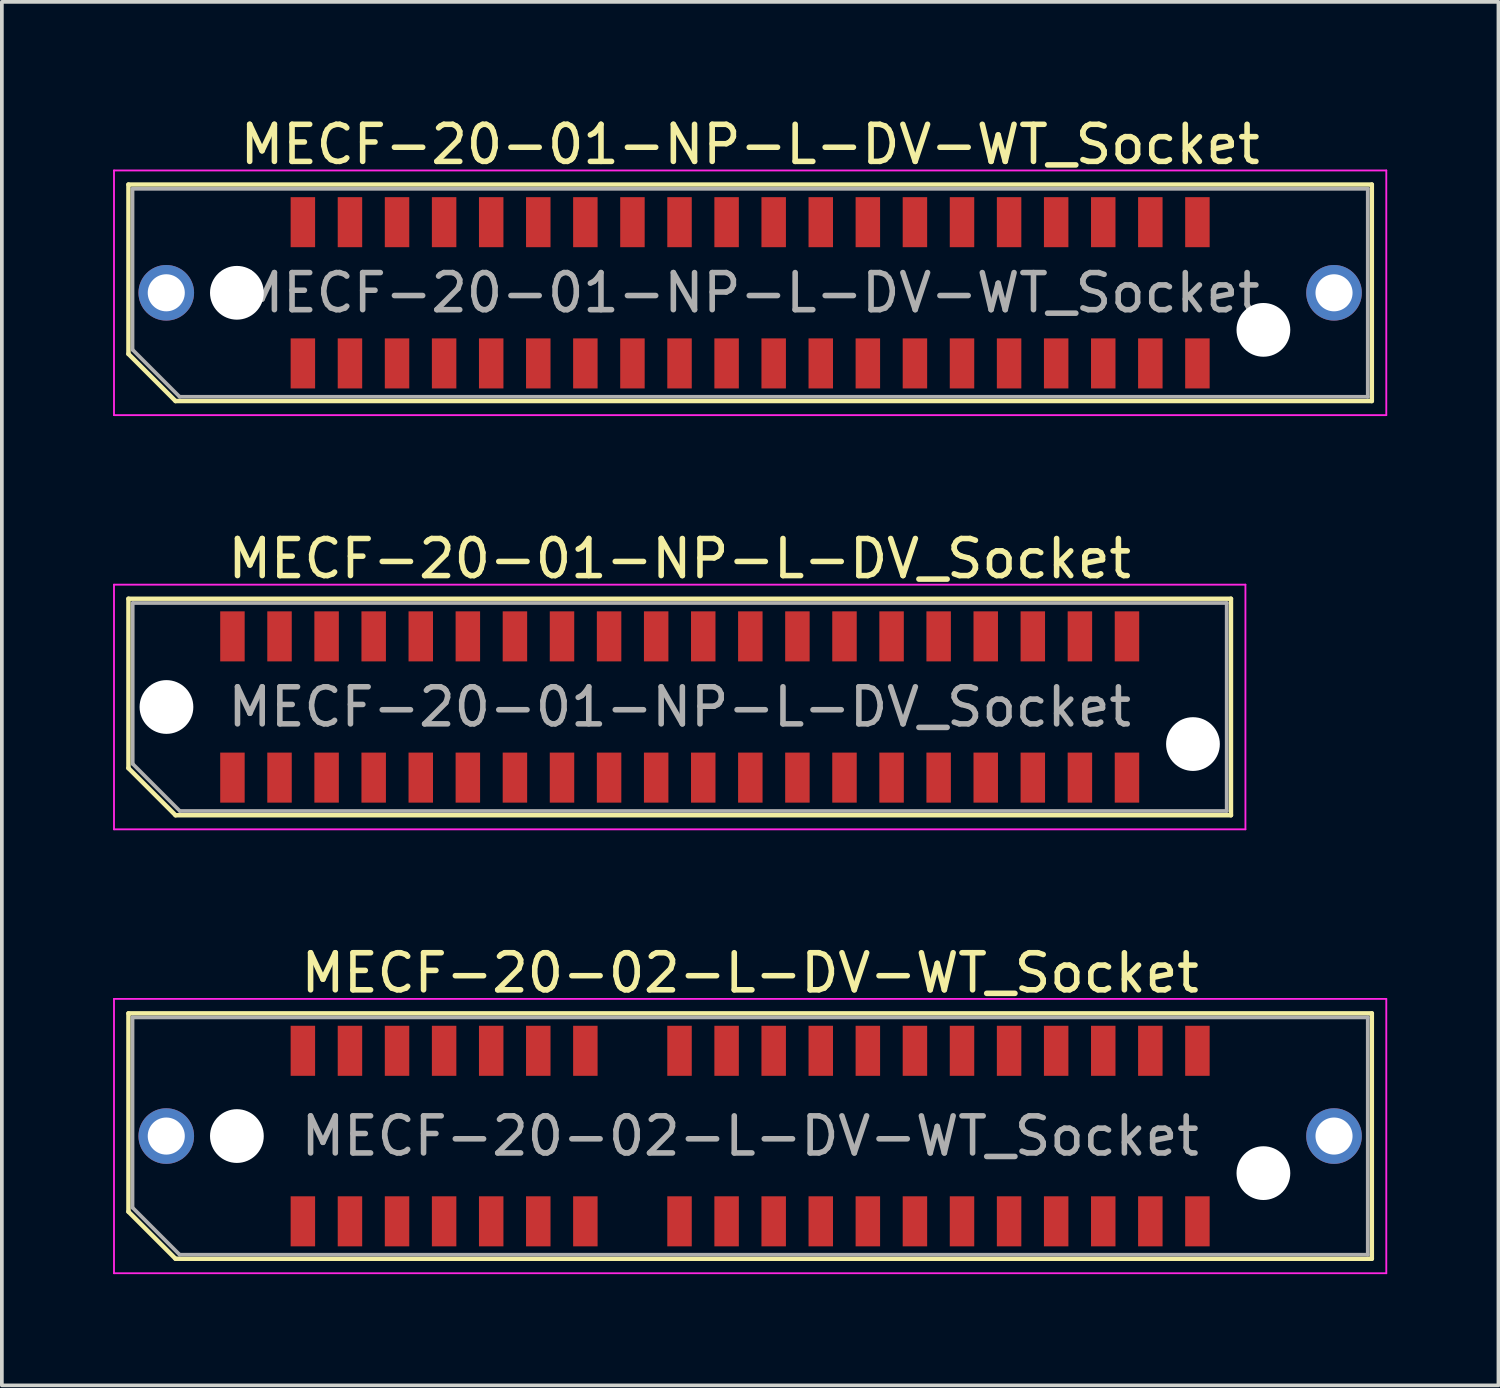
<source format=kicad_pcb>
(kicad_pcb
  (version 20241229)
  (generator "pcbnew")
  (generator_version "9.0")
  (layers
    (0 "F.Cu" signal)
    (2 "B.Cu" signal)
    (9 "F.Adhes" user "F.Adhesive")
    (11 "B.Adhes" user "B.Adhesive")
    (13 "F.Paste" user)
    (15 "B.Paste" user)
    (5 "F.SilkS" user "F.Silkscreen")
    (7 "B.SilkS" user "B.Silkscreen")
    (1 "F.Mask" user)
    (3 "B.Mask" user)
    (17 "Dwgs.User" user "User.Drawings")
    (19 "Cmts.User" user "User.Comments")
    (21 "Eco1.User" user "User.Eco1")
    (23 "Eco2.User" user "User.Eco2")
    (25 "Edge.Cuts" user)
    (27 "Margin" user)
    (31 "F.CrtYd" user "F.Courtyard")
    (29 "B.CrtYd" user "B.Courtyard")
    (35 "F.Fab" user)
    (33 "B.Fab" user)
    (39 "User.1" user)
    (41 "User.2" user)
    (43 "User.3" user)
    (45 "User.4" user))
  (footprint "MECF-20-01-NP-L-DV_Socket"
    (layer "F.Cu")
    (at 15.285 16.021)
    (property "Reference" "MECF-20-01-NP-L-DV_Socket" (at 0 -4 0) (layer "F.SilkS") (effects (font (size 1 1) (thickness 0.15))))
    (attr smd)
    (fp_line (start -14.87 -2.92) (end 14.87 -2.92) (stroke (width 0.12) (type solid)) (layer "F.SilkS"))
    (fp_line (start -14.87 1.65) (end -14.87 -2.92) (stroke (width 0.12) (type solid)) (layer "F.SilkS"))
    (fp_line (start -13.6 2.92) (end -14.87 1.65) (stroke (width 0.12) (type solid)) (layer "F.SilkS"))
    (fp_line (start -13.6 2.92) (end 14.87 2.92) (stroke (width 0.12) (type solid)) (layer "F.SilkS"))
    (fp_line (start 14.87 2.92) (end 14.87 -2.92) (stroke (width 0.12) (type solid)) (layer "F.SilkS"))
    (fp_line (start -15.26 -3.3) (end -15.26 3.3) (stroke (width 0.05) (type solid)) (layer "F.CrtYd"))
    (fp_line (start -15.26 3.3) (end 15.26 3.3) (stroke (width 0.05) (type solid)) (layer "F.CrtYd"))
    (fp_line (start 15.26 -3.3) (end -15.26 -3.3) (stroke (width 0.05) (type solid)) (layer "F.CrtYd"))
    (fp_line (start 15.26 3.3) (end 15.26 -3.3) (stroke (width 0.05) (type solid)) (layer "F.CrtYd"))
    (fp_line (start -14.755 -2.805) (end 14.755 -2.805) (stroke (width 0.1) (type solid)) (layer "F.Fab"))
    (fp_line (start -14.755 1.535) (end -14.755 -2.805) (stroke (width 0.1) (type solid)) (layer "F.Fab"))
    (fp_line (start -14.755 1.535) (end -13.485 2.805) (stroke (width 0.1) (type solid)) (layer "F.Fab"))
    (fp_line (start -13.485 2.805) (end 14.755 2.805) (stroke (width 0.1) (type solid)) (layer "F.Fab"))
    (fp_line (start 14.755 2.805) (end 14.755 -2.805) (stroke (width 0.1) (type solid)) (layer "F.Fab"))
    (fp_text user "${REFERENCE}" (at 0 0 0) (layer "F.Fab") (effects (font (size 1 1) (thickness 0.15))))
    (pad "" np_thru_hole circle (at -13.845 0) (size 1.45 1.45) (drill 1.45) (layers "*.Cu" "*.Mask"))
    (pad "" np_thru_hole circle (at 13.845 1) (size 1.45 1.45) (drill 1.45) (layers "*.Cu" "*.Mask"))
    (pad "1" smd rect (at -12.065 1.905) (size 0.66 1.35) (layers "F.Cu" "F.Mask" "F.Paste"))
    (pad "2" smd rect (at -12.065 -1.905) (size 0.66 1.35) (layers "F.Cu" "F.Mask" "F.Paste"))
    (pad "3" smd rect (at -10.795 1.905) (size 0.66 1.35) (layers "F.Cu" "F.Mask" "F.Paste"))
    (pad "4" smd rect (at -10.795 -1.905) (size 0.66 1.35) (layers "F.Cu" "F.Mask" "F.Paste"))
    (pad "5" smd rect (at -9.525 1.905) (size 0.66 1.35) (layers "F.Cu" "F.Mask" "F.Paste"))
    (pad "6" smd rect (at -9.525 -1.905) (size 0.66 1.35) (layers "F.Cu" "F.Mask" "F.Paste"))
    (pad "7" smd rect (at -8.255 1.905) (size 0.66 1.35) (layers "F.Cu" "F.Mask" "F.Paste"))
    (pad "8" smd rect (at -8.255 -1.905) (size 0.66 1.35) (layers "F.Cu" "F.Mask" "F.Paste"))
    (pad "9" smd rect (at -6.985 1.905) (size 0.66 1.35) (layers "F.Cu" "F.Mask" "F.Paste"))
    (pad "10" smd rect (at -6.985 -1.905) (size 0.66 1.35) (layers "F.Cu" "F.Mask" "F.Paste"))
    (pad "11" smd rect (at -5.715 1.905) (size 0.66 1.35) (layers "F.Cu" "F.Mask" "F.Paste"))
    (pad "12" smd rect (at -5.715 -1.905) (size 0.66 1.35) (layers "F.Cu" "F.Mask" "F.Paste"))
    (pad "13" smd rect (at -4.445 1.905) (size 0.66 1.35) (layers "F.Cu" "F.Mask" "F.Paste"))
    (pad "14" smd rect (at -4.445 -1.905) (size 0.66 1.35) (layers "F.Cu" "F.Mask" "F.Paste"))
    (pad "15" smd rect (at -3.175 1.905) (size 0.66 1.35) (layers "F.Cu" "F.Mask" "F.Paste"))
    (pad "16" smd rect (at -3.175 -1.905) (size 0.66 1.35) (layers "F.Cu" "F.Mask" "F.Paste"))
    (pad "17" smd rect (at -1.905 1.905) (size 0.66 1.35) (layers "F.Cu" "F.Mask" "F.Paste"))
    (pad "18" smd rect (at -1.905 -1.905) (size 0.66 1.35) (layers "F.Cu" "F.Mask" "F.Paste"))
    (pad "19" smd rect (at -0.635 1.905) (size 0.66 1.35) (layers "F.Cu" "F.Mask" "F.Paste"))
    (pad "20" smd rect (at -0.635 -1.905) (size 0.66 1.35) (layers "F.Cu" "F.Mask" "F.Paste"))
    (pad "21" smd rect (at 0.635 1.905) (size 0.66 1.35) (layers "F.Cu" "F.Mask" "F.Paste"))
    (pad "22" smd rect (at 0.635 -1.905) (size 0.66 1.35) (layers "F.Cu" "F.Mask" "F.Paste"))
    (pad "23" smd rect (at 1.905 1.905) (size 0.66 1.35) (layers "F.Cu" "F.Mask" "F.Paste"))
    (pad "24" smd rect (at 1.905 -1.905) (size 0.66 1.35) (layers "F.Cu" "F.Mask" "F.Paste"))
    (pad "25" smd rect (at 3.175 1.905) (size 0.66 1.35) (layers "F.Cu" "F.Mask" "F.Paste"))
    (pad "26" smd rect (at 3.175 -1.905) (size 0.66 1.35) (layers "F.Cu" "F.Mask" "F.Paste"))
    (pad "27" smd rect (at 4.445 1.905) (size 0.66 1.35) (layers "F.Cu" "F.Mask" "F.Paste"))
    (pad "28" smd rect (at 4.445 -1.905) (size 0.66 1.35) (layers "F.Cu" "F.Mask" "F.Paste"))
    (pad "29" smd rect (at 5.715 1.905) (size 0.66 1.35) (layers "F.Cu" "F.Mask" "F.Paste"))
    (pad "30" smd rect (at 5.715 -1.905) (size 0.66 1.35) (layers "F.Cu" "F.Mask" "F.Paste"))
    (pad "31" smd rect (at 6.985 1.905) (size 0.66 1.35) (layers "F.Cu" "F.Mask" "F.Paste"))
    (pad "32" smd rect (at 6.985 -1.905) (size 0.66 1.35) (layers "F.Cu" "F.Mask" "F.Paste"))
    (pad "33" smd rect (at 8.255 1.905) (size 0.66 1.35) (layers "F.Cu" "F.Mask" "F.Paste"))
    (pad "34" smd rect (at 8.255 -1.905) (size 0.66 1.35) (layers "F.Cu" "F.Mask" "F.Paste"))
    (pad "35" smd rect (at 9.525 1.905) (size 0.66 1.35) (layers "F.Cu" "F.Mask" "F.Paste"))
    (pad "36" smd rect (at 9.525 -1.905) (size 0.66 1.35) (layers "F.Cu" "F.Mask" "F.Paste"))
    (pad "37" smd rect (at 10.795 1.905) (size 0.66 1.35) (layers "F.Cu" "F.Mask" "F.Paste"))
    (pad "38" smd rect (at 10.795 -1.905) (size 0.66 1.35) (layers "F.Cu" "F.Mask" "F.Paste"))
    (pad "39" smd rect (at 12.065 1.905) (size 0.66 1.35) (layers "F.Cu" "F.Mask" "F.Paste"))
    (pad "40" smd rect (at 12.065 -1.905) (size 0.66 1.35) (layers "F.Cu" "F.Mask" "F.Paste")))
  (footprint "MECF-20-02-L-DV-WT_Socket"
    (layer "F.Cu")
    (at 17.185 27.595)
    (property "Reference" "MECF-20-02-L-DV-WT_Socket" (at 0 -4.4 0) (layer "F.SilkS") (effects (font (size 1 1) (thickness 0.15))))
    (attr smd)
    (fp_line (start -16.77 -3.31) (end 16.77 -3.31) (stroke (width 0.12) (type solid)) (layer "F.SilkS"))
    (fp_line (start -16.77 2.04) (end -16.77 -3.31) (stroke (width 0.12) (type solid)) (layer "F.SilkS"))
    (fp_line (start -15.5 3.31) (end -16.77 2.04) (stroke (width 0.12) (type solid)) (layer "F.SilkS"))
    (fp_line (start -15.5 3.31) (end 16.77 3.31) (stroke (width 0.12) (type solid)) (layer "F.SilkS"))
    (fp_line (start 16.77 3.31) (end 16.77 -3.31) (stroke (width 0.12) (type solid)) (layer "F.SilkS"))
    (fp_line (start -17.16 -3.7) (end -17.16 3.7) (stroke (width 0.05) (type solid)) (layer "F.CrtYd"))
    (fp_line (start -17.16 3.7) (end 17.16 3.7) (stroke (width 0.05) (type solid)) (layer "F.CrtYd"))
    (fp_line (start 17.16 -3.7) (end -17.16 -3.7) (stroke (width 0.05) (type solid)) (layer "F.CrtYd"))
    (fp_line (start 17.16 3.7) (end 17.16 -3.7) (stroke (width 0.05) (type solid)) (layer "F.CrtYd"))
    (fp_line (start -16.66 -3.2) (end 16.66 -3.2) (stroke (width 0.1) (type solid)) (layer "F.Fab"))
    (fp_line (start -16.66 1.93) (end -16.66 -3.2) (stroke (width 0.1) (type solid)) (layer "F.Fab"))
    (fp_line (start -16.66 1.93) (end -15.39 3.2) (stroke (width 0.1) (type solid)) (layer "F.Fab"))
    (fp_line (start -15.39 3.2) (end 16.66 3.2) (stroke (width 0.1) (type solid)) (layer "F.Fab"))
    (fp_line (start 16.66 3.2) (end 16.66 -3.2) (stroke (width 0.1) (type solid)) (layer "F.Fab"))
    (fp_text user "${REFERENCE}" (at 0 0 0) (layer "F.Fab") (effects (font (size 1 1) (thickness 0.15))))
    (pad "" thru_hole circle (at -15.75 0) (size 1.5 1.5) (drill 1) (layers "*.Cu" "*.Mask"))
    (pad "" np_thru_hole circle (at -13.845 0) (size 1.45 1.45) (drill 1.45) (layers "*.Cu" "*.Mask"))
    (pad "" np_thru_hole circle (at 13.845 1) (size 1.45 1.45) (drill 1.45) (layers "*.Cu" "*.Mask"))
    (pad "" thru_hole circle (at 15.75 0) (size 1.5 1.5) (drill 1) (layers "*.Cu" "*.Mask"))
    (pad "1" smd rect (at -12.065 2.3) (size 0.66 1.35) (layers "F.Cu" "F.Mask" "F.Paste"))
    (pad "2" smd rect (at -12.065 -2.3) (size 0.66 1.35) (layers "F.Cu" "F.Mask" "F.Paste"))
    (pad "3" smd rect (at -10.795 2.3) (size 0.66 1.35) (layers "F.Cu" "F.Mask" "F.Paste"))
    (pad "4" smd rect (at -10.795 -2.3) (size 0.66 1.35) (layers "F.Cu" "F.Mask" "F.Paste"))
    (pad "5" smd rect (at -9.525 2.3) (size 0.66 1.35) (layers "F.Cu" "F.Mask" "F.Paste"))
    (pad "6" smd rect (at -9.525 -2.3) (size 0.66 1.35) (layers "F.Cu" "F.Mask" "F.Paste"))
    (pad "7" smd rect (at -8.255 2.3) (size 0.66 1.35) (layers "F.Cu" "F.Mask" "F.Paste"))
    (pad "8" smd rect (at -8.255 -2.3) (size 0.66 1.35) (layers "F.Cu" "F.Mask" "F.Paste"))
    (pad "9" smd rect (at -6.985 2.3) (size 0.66 1.35) (layers "F.Cu" "F.Mask" "F.Paste"))
    (pad "10" smd rect (at -6.985 -2.3) (size 0.66 1.35) (layers "F.Cu" "F.Mask" "F.Paste"))
    (pad "11" smd rect (at -5.715 2.3) (size 0.66 1.35) (layers "F.Cu" "F.Mask" "F.Paste"))
    (pad "12" smd rect (at -5.715 -2.3) (size 0.66 1.35) (layers "F.Cu" "F.Mask" "F.Paste"))
    (pad "13" smd rect (at -4.445 2.3) (size 0.66 1.35) (layers "F.Cu" "F.Mask" "F.Paste"))
    (pad "14" smd rect (at -4.445 -2.3) (size 0.66 1.35) (layers "F.Cu" "F.Mask" "F.Paste"))
    (pad "17" smd rect (at -1.905 2.3) (size 0.66 1.35) (layers "F.Cu" "F.Mask" "F.Paste"))
    (pad "18" smd rect (at -1.905 -2.3) (size 0.66 1.35) (layers "F.Cu" "F.Mask" "F.Paste"))
    (pad "19" smd rect (at -0.635 2.3) (size 0.66 1.35) (layers "F.Cu" "F.Mask" "F.Paste"))
    (pad "20" smd rect (at -0.635 -2.3) (size 0.66 1.35) (layers "F.Cu" "F.Mask" "F.Paste"))
    (pad "21" smd rect (at 0.635 2.3) (size 0.66 1.35) (layers "F.Cu" "F.Mask" "F.Paste"))
    (pad "22" smd rect (at 0.635 -2.3) (size 0.66 1.35) (layers "F.Cu" "F.Mask" "F.Paste"))
    (pad "23" smd rect (at 1.905 2.3) (size 0.66 1.35) (layers "F.Cu" "F.Mask" "F.Paste"))
    (pad "24" smd rect (at 1.905 -2.3) (size 0.66 1.35) (layers "F.Cu" "F.Mask" "F.Paste"))
    (pad "25" smd rect (at 3.175 2.3) (size 0.66 1.35) (layers "F.Cu" "F.Mask" "F.Paste"))
    (pad "26" smd rect (at 3.175 -2.3) (size 0.66 1.35) (layers "F.Cu" "F.Mask" "F.Paste"))
    (pad "27" smd rect (at 4.445 2.3) (size 0.66 1.35) (layers "F.Cu" "F.Mask" "F.Paste"))
    (pad "28" smd rect (at 4.445 -2.3) (size 0.66 1.35) (layers "F.Cu" "F.Mask" "F.Paste"))
    (pad "29" smd rect (at 5.715 2.3) (size 0.66 1.35) (layers "F.Cu" "F.Mask" "F.Paste"))
    (pad "30" smd rect (at 5.715 -2.3) (size 0.66 1.35) (layers "F.Cu" "F.Mask" "F.Paste"))
    (pad "31" smd rect (at 6.985 2.3) (size 0.66 1.35) (layers "F.Cu" "F.Mask" "F.Paste"))
    (pad "32" smd rect (at 6.985 -2.3) (size 0.66 1.35) (layers "F.Cu" "F.Mask" "F.Paste"))
    (pad "33" smd rect (at 8.255 2.3) (size 0.66 1.35) (layers "F.Cu" "F.Mask" "F.Paste"))
    (pad "34" smd rect (at 8.255 -2.3) (size 0.66 1.35) (layers "F.Cu" "F.Mask" "F.Paste"))
    (pad "35" smd rect (at 9.525 2.3) (size 0.66 1.35) (layers "F.Cu" "F.Mask" "F.Paste"))
    (pad "36" smd rect (at 9.525 -2.3) (size 0.66 1.35) (layers "F.Cu" "F.Mask" "F.Paste"))
    (pad "37" smd rect (at 10.795 2.3) (size 0.66 1.35) (layers "F.Cu" "F.Mask" "F.Paste"))
    (pad "38" smd rect (at 10.795 -2.3) (size 0.66 1.35) (layers "F.Cu" "F.Mask" "F.Paste"))
    (pad "39" smd rect (at 12.065 2.3) (size 0.66 1.35) (layers "F.Cu" "F.Mask" "F.Paste"))
    (pad "40" smd rect (at 12.065 -2.3) (size 0.66 1.35) (layers "F.Cu" "F.Mask" "F.Paste")))
  (footprint "MECF-20-01-NP-L-DV-WT_Socket"
    (layer "F.Cu")
    (at 17.185 4.848)
    (property "Reference" "MECF-20-01-NP-L-DV-WT_Socket" (at 0 -4 0) (layer "F.SilkS") (effects (font (size 1 1) (thickness 0.15))))
    (attr smd)
    (fp_line (start -16.77 -2.92) (end 16.77 -2.92) (stroke (width 0.12) (type solid)) (layer "F.SilkS"))
    (fp_line (start -16.77 1.65) (end -16.77 -2.92) (stroke (width 0.12) (type solid)) (layer "F.SilkS"))
    (fp_line (start -15.5 2.92) (end -16.77 1.65) (stroke (width 0.12) (type solid)) (layer "F.SilkS"))
    (fp_line (start -15.5 2.92) (end 16.77 2.92) (stroke (width 0.12) (type solid)) (layer "F.SilkS"))
    (fp_line (start 16.77 2.92) (end 16.77 -2.92) (stroke (width 0.12) (type solid)) (layer "F.SilkS"))
    (fp_line (start -17.16 -3.3) (end -17.16 3.3) (stroke (width 0.05) (type solid)) (layer "F.CrtYd"))
    (fp_line (start -17.16 3.3) (end 17.16 3.3) (stroke (width 0.05) (type solid)) (layer "F.CrtYd"))
    (fp_line (start 17.16 -3.3) (end -17.16 -3.3) (stroke (width 0.05) (type solid)) (layer "F.CrtYd"))
    (fp_line (start 17.16 3.3) (end 17.16 -3.3) (stroke (width 0.05) (type solid)) (layer "F.CrtYd"))
    (fp_line (start -16.66 -2.805) (end 16.66 -2.805) (stroke (width 0.1) (type solid)) (layer "F.Fab"))
    (fp_line (start -16.66 1.535) (end -16.66 -2.805) (stroke (width 0.1) (type solid)) (layer "F.Fab"))
    (fp_line (start -16.66 1.535) (end -15.39 2.805) (stroke (width 0.1) (type solid)) (layer "F.Fab"))
    (fp_line (start -15.39 2.805) (end 16.66 2.805) (stroke (width 0.1) (type solid)) (layer "F.Fab"))
    (fp_line (start 16.66 2.805) (end 16.66 -2.805) (stroke (width 0.1) (type solid)) (layer "F.Fab"))
    (fp_text user "${REFERENCE}" (at 0 0 0) (layer "F.Fab") (effects (font (size 1 1) (thickness 0.15))))
    (pad "" thru_hole circle (at -15.75 0) (size 1.5 1.5) (drill 1) (layers "*.Cu" "*.Mask"))
    (pad "" np_thru_hole circle (at -13.845 0) (size 1.45 1.45) (drill 1.45) (layers "*.Cu" "*.Mask"))
    (pad "" np_thru_hole circle (at 13.845 1) (size 1.45 1.45) (drill 1.45) (layers "*.Cu" "*.Mask"))
    (pad "" thru_hole circle (at 15.75 0) (size 1.5 1.5) (drill 1) (layers "*.Cu" "*.Mask"))
    (pad "1" smd rect (at -12.065 1.905) (size 0.66 1.35) (layers "F.Cu" "F.Mask" "F.Paste"))
    (pad "2" smd rect (at -12.065 -1.905) (size 0.66 1.35) (layers "F.Cu" "F.Mask" "F.Paste"))
    (pad "3" smd rect (at -10.795 1.905) (size 0.66 1.35) (layers "F.Cu" "F.Mask" "F.Paste"))
    (pad "4" smd rect (at -10.795 -1.905) (size 0.66 1.35) (layers "F.Cu" "F.Mask" "F.Paste"))
    (pad "5" smd rect (at -9.525 1.905) (size 0.66 1.35) (layers "F.Cu" "F.Mask" "F.Paste"))
    (pad "6" smd rect (at -9.525 -1.905) (size 0.66 1.35) (layers "F.Cu" "F.Mask" "F.Paste"))
    (pad "7" smd rect (at -8.255 1.905) (size 0.66 1.35) (layers "F.Cu" "F.Mask" "F.Paste"))
    (pad "8" smd rect (at -8.255 -1.905) (size 0.66 1.35) (layers "F.Cu" "F.Mask" "F.Paste"))
    (pad "9" smd rect (at -6.985 1.905) (size 0.66 1.35) (layers "F.Cu" "F.Mask" "F.Paste"))
    (pad "10" smd rect (at -6.985 -1.905) (size 0.66 1.35) (layers "F.Cu" "F.Mask" "F.Paste"))
    (pad "11" smd rect (at -5.715 1.905) (size 0.66 1.35) (layers "F.Cu" "F.Mask" "F.Paste"))
    (pad "12" smd rect (at -5.715 -1.905) (size 0.66 1.35) (layers "F.Cu" "F.Mask" "F.Paste"))
    (pad "13" smd rect (at -4.445 1.905) (size 0.66 1.35) (layers "F.Cu" "F.Mask" "F.Paste"))
    (pad "14" smd rect (at -4.445 -1.905) (size 0.66 1.35) (layers "F.Cu" "F.Mask" "F.Paste"))
    (pad "15" smd rect (at -3.175 1.905) (size 0.66 1.35) (layers "F.Cu" "F.Mask" "F.Paste"))
    (pad "16" smd rect (at -3.175 -1.905) (size 0.66 1.35) (layers "F.Cu" "F.Mask" "F.Paste"))
    (pad "17" smd rect (at -1.905 1.905) (size 0.66 1.35) (layers "F.Cu" "F.Mask" "F.Paste"))
    (pad "18" smd rect (at -1.905 -1.905) (size 0.66 1.35) (layers "F.Cu" "F.Mask" "F.Paste"))
    (pad "19" smd rect (at -0.635 1.905) (size 0.66 1.35) (layers "F.Cu" "F.Mask" "F.Paste"))
    (pad "20" smd rect (at -0.635 -1.905) (size 0.66 1.35) (layers "F.Cu" "F.Mask" "F.Paste"))
    (pad "21" smd rect (at 0.635 1.905) (size 0.66 1.35) (layers "F.Cu" "F.Mask" "F.Paste"))
    (pad "22" smd rect (at 0.635 -1.905) (size 0.66 1.35) (layers "F.Cu" "F.Mask" "F.Paste"))
    (pad "23" smd rect (at 1.905 1.905) (size 0.66 1.35) (layers "F.Cu" "F.Mask" "F.Paste"))
    (pad "24" smd rect (at 1.905 -1.905) (size 0.66 1.35) (layers "F.Cu" "F.Mask" "F.Paste"))
    (pad "25" smd rect (at 3.175 1.905) (size 0.66 1.35) (layers "F.Cu" "F.Mask" "F.Paste"))
    (pad "26" smd rect (at 3.175 -1.905) (size 0.66 1.35) (layers "F.Cu" "F.Mask" "F.Paste"))
    (pad "27" smd rect (at 4.445 1.905) (size 0.66 1.35) (layers "F.Cu" "F.Mask" "F.Paste"))
    (pad "28" smd rect (at 4.445 -1.905) (size 0.66 1.35) (layers "F.Cu" "F.Mask" "F.Paste"))
    (pad "29" smd rect (at 5.715 1.905) (size 0.66 1.35) (layers "F.Cu" "F.Mask" "F.Paste"))
    (pad "30" smd rect (at 5.715 -1.905) (size 0.66 1.35) (layers "F.Cu" "F.Mask" "F.Paste"))
    (pad "31" smd rect (at 6.985 1.905) (size 0.66 1.35) (layers "F.Cu" "F.Mask" "F.Paste"))
    (pad "32" smd rect (at 6.985 -1.905) (size 0.66 1.35) (layers "F.Cu" "F.Mask" "F.Paste"))
    (pad "33" smd rect (at 8.255 1.905) (size 0.66 1.35) (layers "F.Cu" "F.Mask" "F.Paste"))
    (pad "34" smd rect (at 8.255 -1.905) (size 0.66 1.35) (layers "F.Cu" "F.Mask" "F.Paste"))
    (pad "35" smd rect (at 9.525 1.905) (size 0.66 1.35) (layers "F.Cu" "F.Mask" "F.Paste"))
    (pad "36" smd rect (at 9.525 -1.905) (size 0.66 1.35) (layers "F.Cu" "F.Mask" "F.Paste"))
    (pad "37" smd rect (at 10.795 1.905) (size 0.66 1.35) (layers "F.Cu" "F.Mask" "F.Paste"))
    (pad "38" smd rect (at 10.795 -1.905) (size 0.66 1.35) (layers "F.Cu" "F.Mask" "F.Paste"))
    (pad "39" smd rect (at 12.065 1.905) (size 0.66 1.35) (layers "F.Cu" "F.Mask" "F.Paste"))
    (pad "40" smd rect (at 12.065 -1.905) (size 0.66 1.35) (layers "F.Cu" "F.Mask" "F.Paste")))
  (gr_rect
    (start -3 -3)
    (end 37.37 34.32)
    (stroke (width 0.1) (type default))
    (fill no)
    (layer "Edge.Cuts")))
</source>
